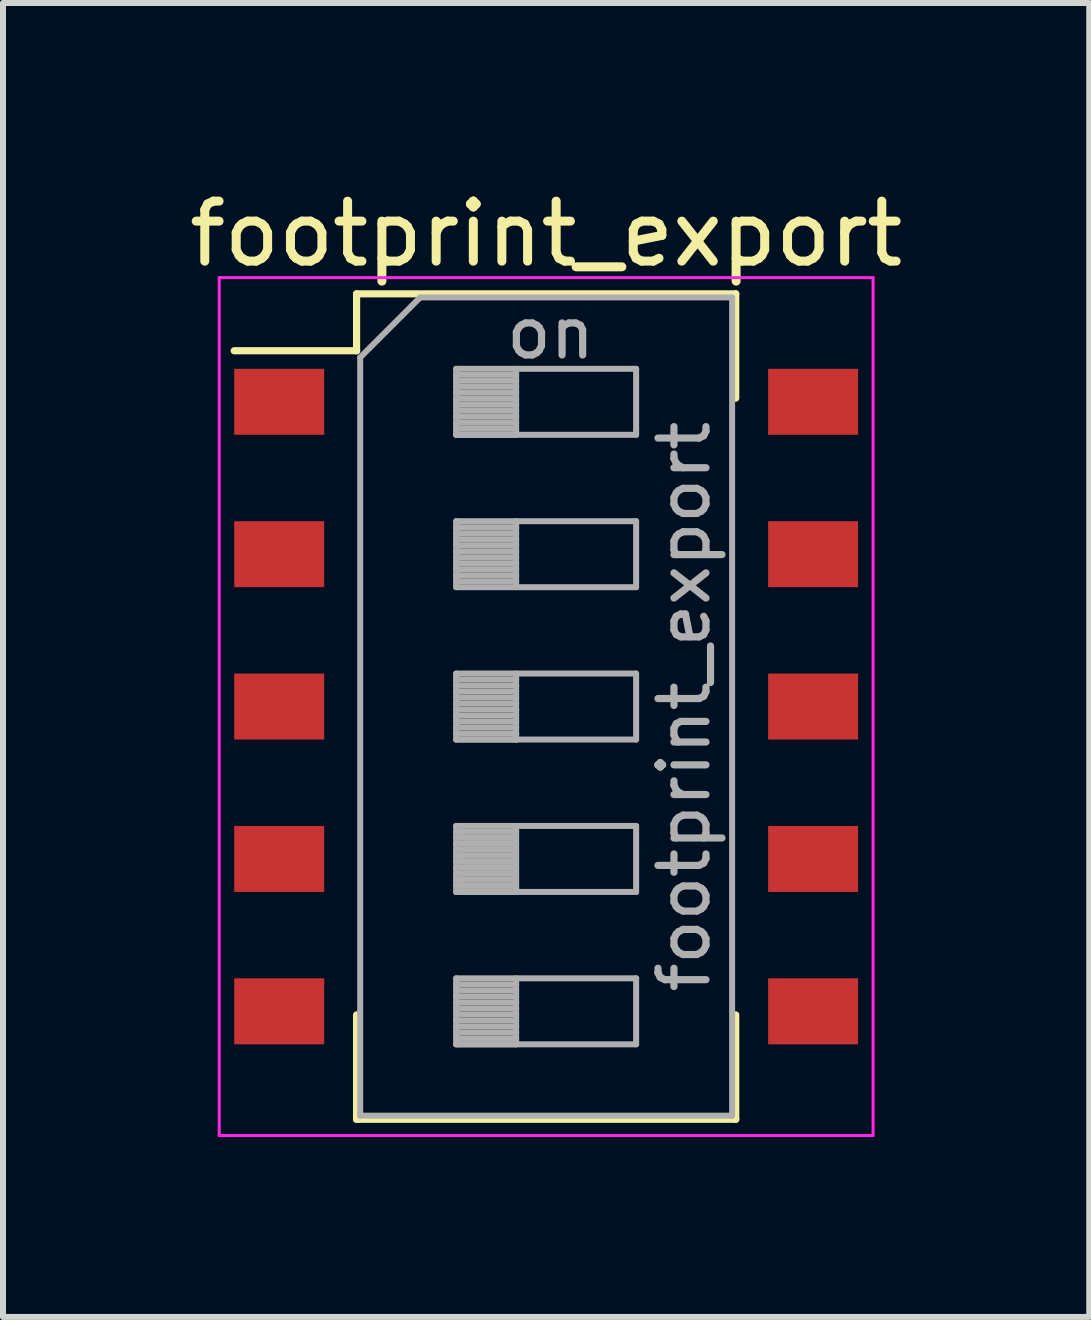
<source format=kicad_pcb>
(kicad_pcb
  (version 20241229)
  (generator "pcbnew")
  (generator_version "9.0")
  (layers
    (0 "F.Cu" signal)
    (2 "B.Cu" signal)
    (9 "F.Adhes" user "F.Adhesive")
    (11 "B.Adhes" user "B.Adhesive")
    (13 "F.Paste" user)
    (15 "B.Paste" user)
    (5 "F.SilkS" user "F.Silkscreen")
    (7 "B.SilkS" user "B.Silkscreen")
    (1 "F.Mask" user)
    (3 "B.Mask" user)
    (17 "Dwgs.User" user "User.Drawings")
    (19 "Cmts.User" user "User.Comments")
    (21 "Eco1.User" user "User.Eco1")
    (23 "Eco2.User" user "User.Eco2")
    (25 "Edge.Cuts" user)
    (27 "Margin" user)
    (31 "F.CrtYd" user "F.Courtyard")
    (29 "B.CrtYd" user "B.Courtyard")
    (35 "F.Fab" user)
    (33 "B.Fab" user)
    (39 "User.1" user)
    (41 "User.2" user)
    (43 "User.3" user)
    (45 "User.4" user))
  (footprint "footprint_export"
    (layer "F.Cu")
    (at 6.054 8.728)
    (property "Reference" "footprint_export" (at 0 -7.88 0) (layer "F.SilkS") (effects (font (size 1 1) (thickness 0.15))))
    (attr smd)
    (fp_line (start -5.2 -5.931) (end -3.16 -5.931) (stroke (width 0.12) (type solid)) (layer "F.SilkS"))
    (fp_line (start -3.16 -6.88) (end -3.16 -5.931) (stroke (width 0.12) (type solid)) (layer "F.SilkS"))
    (fp_line (start -3.16 -6.88) (end 3.16 -6.88) (stroke (width 0.12) (type solid)) (layer "F.SilkS"))
    (fp_line (start -3.16 5.14) (end -3.16 6.88) (stroke (width 0.12) (type solid)) (layer "F.SilkS"))
    (fp_line (start -3.16 6.88) (end 3.16 6.88) (stroke (width 0.12) (type solid)) (layer "F.SilkS"))
    (fp_line (start 3.16 -6.88) (end 3.16 -5.141) (stroke (width 0.12) (type solid)) (layer "F.SilkS"))
    (fp_line (start 3.16 5.14) (end 3.16 6.88) (stroke (width 0.12) (type solid)) (layer "F.SilkS"))
    (fp_line (start -5.45 -7.15) (end -5.45 7.15) (stroke (width 0.05) (type solid)) (layer "F.CrtYd"))
    (fp_line (start -5.45 7.15) (end 5.45 7.15) (stroke (width 0.05) (type solid)) (layer "F.CrtYd"))
    (fp_line (start 5.45 -7.15) (end -5.45 -7.15) (stroke (width 0.05) (type solid)) (layer "F.CrtYd"))
    (fp_line (start 5.45 7.15) (end 5.45 -7.15) (stroke (width 0.05) (type solid)) (layer "F.CrtYd"))
    (fp_line (start -3.1 -5.82) (end -2.1 -6.82) (stroke (width 0.1) (type solid)) (layer "F.Fab"))
    (fp_line (start -3.1 6.82) (end -3.1 -5.82) (stroke (width 0.1) (type solid)) (layer "F.Fab"))
    (fp_line (start -2.1 -6.82) (end 3.1 -6.82) (stroke (width 0.1) (type solid)) (layer "F.Fab"))
    (fp_line (start -1.5 -5.63) (end -1.5 -4.53) (stroke (width 0.1) (type solid)) (layer "F.Fab"))
    (fp_line (start -1.5 -5.53) (end -0.5 -5.53) (stroke (width 0.1) (type solid)) (layer "F.Fab"))
    (fp_line (start -1.5 -5.43) (end -0.5 -5.43) (stroke (width 0.1) (type solid)) (layer "F.Fab"))
    (fp_line (start -1.5 -5.33) (end -0.5 -5.33) (stroke (width 0.1) (type solid)) (layer "F.Fab"))
    (fp_line (start -1.5 -5.23) (end -0.5 -5.23) (stroke (width 0.1) (type solid)) (layer "F.Fab"))
    (fp_line (start -1.5 -5.13) (end -0.5 -5.13) (stroke (width 0.1) (type solid)) (layer "F.Fab"))
    (fp_line (start -1.5 -5.03) (end -0.5 -5.03) (stroke (width 0.1) (type solid)) (layer "F.Fab"))
    (fp_line (start -1.5 -4.93) (end -0.5 -4.93) (stroke (width 0.1) (type solid)) (layer "F.Fab"))
    (fp_line (start -1.5 -4.83) (end -0.5 -4.83) (stroke (width 0.1) (type solid)) (layer "F.Fab"))
    (fp_line (start -1.5 -4.73) (end -0.5 -4.73) (stroke (width 0.1) (type solid)) (layer "F.Fab"))
    (fp_line (start -1.5 -4.63) (end -0.5 -4.63) (stroke (width 0.1) (type solid)) (layer "F.Fab"))
    (fp_line (start -1.5 -4.53) (end -0.5 -4.53) (stroke (width 0.1) (type solid)) (layer "F.Fab"))
    (fp_line (start -1.5 -4.53) (end 1.5 -4.53) (stroke (width 0.1) (type solid)) (layer "F.Fab"))
    (fp_line (start -1.5 -3.09) (end -1.5 -1.99) (stroke (width 0.1) (type solid)) (layer "F.Fab"))
    (fp_line (start -1.5 -2.99) (end -0.5 -2.99) (stroke (width 0.1) (type solid)) (layer "F.Fab"))
    (fp_line (start -1.5 -2.89) (end -0.5 -2.89) (stroke (width 0.1) (type solid)) (layer "F.Fab"))
    (fp_line (start -1.5 -2.79) (end -0.5 -2.79) (stroke (width 0.1) (type solid)) (layer "F.Fab"))
    (fp_line (start -1.5 -2.69) (end -0.5 -2.69) (stroke (width 0.1) (type solid)) (layer "F.Fab"))
    (fp_line (start -1.5 -2.59) (end -0.5 -2.59) (stroke (width 0.1) (type solid)) (layer "F.Fab"))
    (fp_line (start -1.5 -2.49) (end -0.5 -2.49) (stroke (width 0.1) (type solid)) (layer "F.Fab"))
    (fp_line (start -1.5 -2.39) (end -0.5 -2.39) (stroke (width 0.1) (type solid)) (layer "F.Fab"))
    (fp_line (start -1.5 -2.29) (end -0.5 -2.29) (stroke (width 0.1) (type solid)) (layer "F.Fab"))
    (fp_line (start -1.5 -2.19) (end -0.5 -2.19) (stroke (width 0.1) (type solid)) (layer "F.Fab"))
    (fp_line (start -1.5 -2.09) (end -0.5 -2.09) (stroke (width 0.1) (type solid)) (layer "F.Fab"))
    (fp_line (start -1.5 -1.99) (end 1.5 -1.99) (stroke (width 0.1) (type solid)) (layer "F.Fab"))
    (fp_line (start -1.5 -0.55) (end -1.5 0.55) (stroke (width 0.1) (type solid)) (layer "F.Fab"))
    (fp_line (start -1.5 -0.45) (end -0.5 -0.45) (stroke (width 0.1) (type solid)) (layer "F.Fab"))
    (fp_line (start -1.5 -0.35) (end -0.5 -0.35) (stroke (width 0.1) (type solid)) (layer "F.Fab"))
    (fp_line (start -1.5 -0.25) (end -0.5 -0.25) (stroke (width 0.1) (type solid)) (layer "F.Fab"))
    (fp_line (start -1.5 -0.15) (end -0.5 -0.15) (stroke (width 0.1) (type solid)) (layer "F.Fab"))
    (fp_line (start -1.5 -0.05) (end -0.5 -0.05) (stroke (width 0.1) (type solid)) (layer "F.Fab"))
    (fp_line (start -1.5 0.05) (end -0.5 0.05) (stroke (width 0.1) (type solid)) (layer "F.Fab"))
    (fp_line (start -1.5 0.15) (end -0.5 0.15) (stroke (width 0.1) (type solid)) (layer "F.Fab"))
    (fp_line (start -1.5 0.25) (end -0.5 0.25) (stroke (width 0.1) (type solid)) (layer "F.Fab"))
    (fp_line (start -1.5 0.35) (end -0.5 0.35) (stroke (width 0.1) (type solid)) (layer "F.Fab"))
    (fp_line (start -1.5 0.45) (end -0.5 0.45) (stroke (width 0.1) (type solid)) (layer "F.Fab"))
    (fp_line (start -1.5 0.55) (end -0.5 0.55) (stroke (width 0.1) (type solid)) (layer "F.Fab"))
    (fp_line (start -1.5 0.55) (end 1.5 0.55) (stroke (width 0.1) (type solid)) (layer "F.Fab"))
    (fp_line (start -1.5 1.99) (end -1.5 3.09) (stroke (width 0.1) (type solid)) (layer "F.Fab"))
    (fp_line (start -1.5 2.09) (end -0.5 2.09) (stroke (width 0.1) (type solid)) (layer "F.Fab"))
    (fp_line (start -1.5 2.19) (end -0.5 2.19) (stroke (width 0.1) (type solid)) (layer "F.Fab"))
    (fp_line (start -1.5 2.29) (end -0.5 2.29) (stroke (width 0.1) (type solid)) (layer "F.Fab"))
    (fp_line (start -1.5 2.39) (end -0.5 2.39) (stroke (width 0.1) (type solid)) (layer "F.Fab"))
    (fp_line (start -1.5 2.49) (end -0.5 2.49) (stroke (width 0.1) (type solid)) (layer "F.Fab"))
    (fp_line (start -1.5 2.59) (end -0.5 2.59) (stroke (width 0.1) (type solid)) (layer "F.Fab"))
    (fp_line (start -1.5 2.69) (end -0.5 2.69) (stroke (width 0.1) (type solid)) (layer "F.Fab"))
    (fp_line (start -1.5 2.79) (end -0.5 2.79) (stroke (width 0.1) (type solid)) (layer "F.Fab"))
    (fp_line (start -1.5 2.89) (end -0.5 2.89) (stroke (width 0.1) (type solid)) (layer "F.Fab"))
    (fp_line (start -1.5 2.99) (end -0.5 2.99) (stroke (width 0.1) (type solid)) (layer "F.Fab"))
    (fp_line (start -1.5 3.09) (end -0.5 3.09) (stroke (width 0.1) (type solid)) (layer "F.Fab"))
    (fp_line (start -1.5 3.09) (end 1.5 3.09) (stroke (width 0.1) (type solid)) (layer "F.Fab"))
    (fp_line (start -1.5 4.53) (end -1.5 5.63) (stroke (width 0.1) (type solid)) (layer "F.Fab"))
    (fp_line (start -1.5 4.63) (end -0.5 4.63) (stroke (width 0.1) (type solid)) (layer "F.Fab"))
    (fp_line (start -1.5 4.73) (end -0.5 4.73) (stroke (width 0.1) (type solid)) (layer "F.Fab"))
    (fp_line (start -1.5 4.83) (end -0.5 4.83) (stroke (width 0.1) (type solid)) (layer "F.Fab"))
    (fp_line (start -1.5 4.93) (end -0.5 4.93) (stroke (width 0.1) (type solid)) (layer "F.Fab"))
    (fp_line (start -1.5 5.03) (end -0.5 5.03) (stroke (width 0.1) (type solid)) (layer "F.Fab"))
    (fp_line (start -1.5 5.13) (end -0.5 5.13) (stroke (width 0.1) (type solid)) (layer "F.Fab"))
    (fp_line (start -1.5 5.23) (end -0.5 5.23) (stroke (width 0.1) (type solid)) (layer "F.Fab"))
    (fp_line (start -1.5 5.33) (end -0.5 5.33) (stroke (width 0.1) (type solid)) (layer "F.Fab"))
    (fp_line (start -1.5 5.43) (end -0.5 5.43) (stroke (width 0.1) (type solid)) (layer "F.Fab"))
    (fp_line (start -1.5 5.53) (end -0.5 5.53) (stroke (width 0.1) (type solid)) (layer "F.Fab"))
    (fp_line (start -1.5 5.63) (end -0.5 5.63) (stroke (width 0.1) (type solid)) (layer "F.Fab"))
    (fp_line (start -1.5 5.63) (end 1.5 5.63) (stroke (width 0.1) (type solid)) (layer "F.Fab"))
    (fp_line (start -0.5 -5.63) (end -0.5 -4.53) (stroke (width 0.1) (type solid)) (layer "F.Fab"))
    (fp_line (start -0.5 -3.09) (end -0.5 -1.99) (stroke (width 0.1) (type solid)) (layer "F.Fab"))
    (fp_line (start -0.5 -0.55) (end -0.5 0.55) (stroke (width 0.1) (type solid)) (layer "F.Fab"))
    (fp_line (start -0.5 1.99) (end -0.5 3.09) (stroke (width 0.1) (type solid)) (layer "F.Fab"))
    (fp_line (start -0.5 4.53) (end -0.5 5.63) (stroke (width 0.1) (type solid)) (layer "F.Fab"))
    (fp_line (start 1.5 -5.63) (end -1.5 -5.63) (stroke (width 0.1) (type solid)) (layer "F.Fab"))
    (fp_line (start 1.5 -4.53) (end 1.5 -5.63) (stroke (width 0.1) (type solid)) (layer "F.Fab"))
    (fp_line (start 1.5 -3.09) (end -1.5 -3.09) (stroke (width 0.1) (type solid)) (layer "F.Fab"))
    (fp_line (start 1.5 -1.99) (end 1.5 -3.09) (stroke (width 0.1) (type solid)) (layer "F.Fab"))
    (fp_line (start 1.5 -0.55) (end -1.5 -0.55) (stroke (width 0.1) (type solid)) (layer "F.Fab"))
    (fp_line (start 1.5 0.55) (end 1.5 -0.55) (stroke (width 0.1) (type solid)) (layer "F.Fab"))
    (fp_line (start 1.5 1.99) (end -1.5 1.99) (stroke (width 0.1) (type solid)) (layer "F.Fab"))
    (fp_line (start 1.5 3.09) (end 1.5 1.99) (stroke (width 0.1) (type solid)) (layer "F.Fab"))
    (fp_line (start 1.5 4.53) (end -1.5 4.53) (stroke (width 0.1) (type solid)) (layer "F.Fab"))
    (fp_line (start 1.5 5.63) (end 1.5 4.53) (stroke (width 0.1) (type solid)) (layer "F.Fab"))
    (fp_line (start 3.1 -6.82) (end 3.1 6.82) (stroke (width 0.1) (type solid)) (layer "F.Fab"))
    (fp_line (start 3.1 6.82) (end -3.1 6.82) (stroke (width 0.1) (type solid)) (layer "F.Fab"))
    (fp_text user "${REFERENCE}" (at 2.3 0 90) (layer "F.Fab") (effects (font (size 0.8 0.8) (thickness 0.12))))
    (fp_text user "on" (at 0.075 -6.225 0) (layer "F.Fab") (effects (font (size 0.8 0.8) (thickness 0.12))))
    (pad "1" smd rect (at -4.45 -5.08) (size 1.5 1.1) (layers "F.Cu" "F.Mask" "F.Paste"))
    (pad "2" smd rect (at -4.45 -2.54) (size 1.5 1.1) (layers "F.Cu" "F.Mask" "F.Paste"))
    (pad "3" smd rect (at -4.45 0) (size 1.5 1.1) (layers "F.Cu" "F.Mask" "F.Paste"))
    (pad "4" smd rect (at -4.45 2.54) (size 1.5 1.1) (layers "F.Cu" "F.Mask" "F.Paste"))
    (pad "5" smd rect (at -4.45 5.08) (size 1.5 1.1) (layers "F.Cu" "F.Mask" "F.Paste"))
    (pad "6" smd rect (at 4.45 5.08) (size 1.5 1.1) (layers "F.Cu" "F.Mask" "F.Paste"))
    (pad "7" smd rect (at 4.45 2.54) (size 1.5 1.1) (layers "F.Cu" "F.Mask" "F.Paste"))
    (pad "8" smd rect (at 4.45 0) (size 1.5 1.1) (layers "F.Cu" "F.Mask" "F.Paste"))
    (pad "9" smd rect (at 4.45 -2.54) (size 1.5 1.1) (layers "F.Cu" "F.Mask" "F.Paste"))
    (pad "10" smd rect (at 4.45 -5.08) (size 1.5 1.1) (layers "F.Cu" "F.Mask" "F.Paste")))
  (gr_rect
    (start -3 -3)
    (end 15.107 18.903)
    (stroke (width 0.1) (type default))
    (fill no)
    (layer "Edge.Cuts")))
</source>
